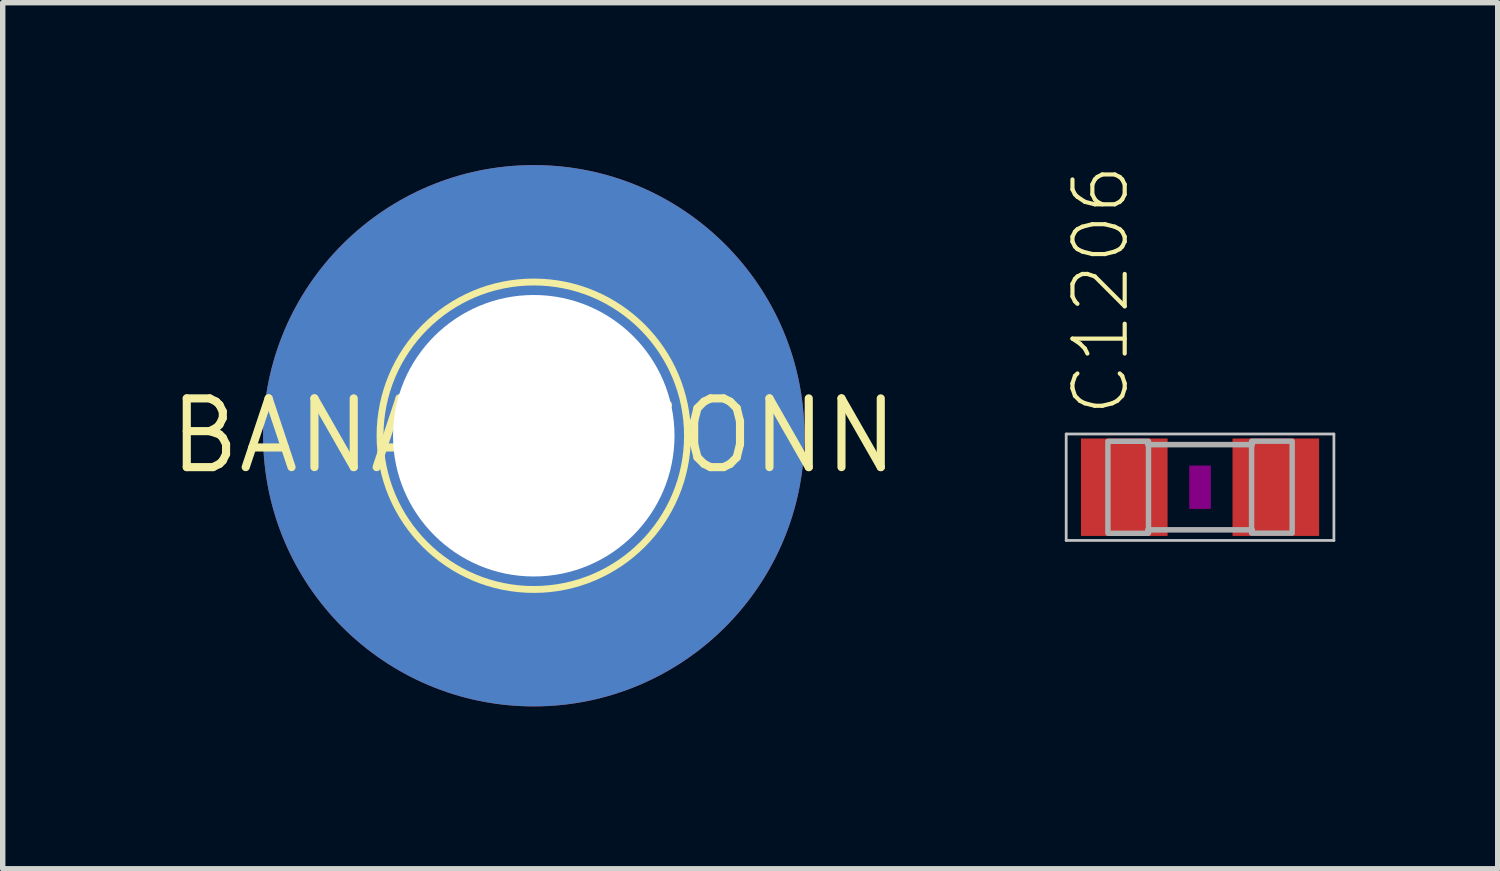
<source format=kicad_pcb>
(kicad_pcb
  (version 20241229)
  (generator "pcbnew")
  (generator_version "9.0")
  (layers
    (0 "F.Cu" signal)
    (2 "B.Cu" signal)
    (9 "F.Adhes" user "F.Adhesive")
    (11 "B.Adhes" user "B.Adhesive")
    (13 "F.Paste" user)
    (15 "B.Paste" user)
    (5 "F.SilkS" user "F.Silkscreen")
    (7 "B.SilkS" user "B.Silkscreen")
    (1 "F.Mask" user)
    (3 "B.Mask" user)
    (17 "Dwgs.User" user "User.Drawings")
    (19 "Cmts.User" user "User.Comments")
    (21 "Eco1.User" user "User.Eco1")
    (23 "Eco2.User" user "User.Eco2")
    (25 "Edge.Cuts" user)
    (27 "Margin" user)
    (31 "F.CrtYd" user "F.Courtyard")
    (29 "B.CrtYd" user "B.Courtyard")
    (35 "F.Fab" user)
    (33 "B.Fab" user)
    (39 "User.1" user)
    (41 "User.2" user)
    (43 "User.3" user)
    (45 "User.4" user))
  (footprint "C1206"
    (layer "F.Cu")
    (at 19.12 5.951)
    (property "Reference" "C1206" (at -1.27 -1.27 90) (layer "F.SilkS") (effects (font (size 0.965 0.965) (thickness 0.077)) (justify left bottom)))
    (attr through_hole)
    (fp_poly (pts (xy -0.2 0.4) (xy 0.2 0.4) (xy 0.2 -0.4) (xy -0.2 -0.4)) (stroke (width 0) (type solid)) (fill yes) (layer "F.Adhes"))
    (fp_line (start -2.473 -0.983) (end 2.473 -0.983) (stroke (width 0.051) (type solid)) (layer "Dwgs.User"))
    (fp_line (start -2.473 0.983) (end -2.473 -0.983) (stroke (width 0.051) (type solid)) (layer "Dwgs.User"))
    (fp_line (start 2.473 -0.983) (end 2.473 0.983) (stroke (width 0.051) (type solid)) (layer "Dwgs.User"))
    (fp_line (start 2.473 0.983) (end -2.473 0.983) (stroke (width 0.051) (type solid)) (layer "Dwgs.User"))
    (fp_line (start -0.965 -0.787) (end 0.965 -0.787) (stroke (width 0.102) (type solid)) (layer "F.Fab"))
    (fp_line (start -0.965 0.787) (end 0.965 0.787) (stroke (width 0.102) (type solid)) (layer "F.Fab"))
    (fp_poly (pts (xy -1.702 0.851) (xy -0.952 0.851) (xy -0.952 -0.849) (xy -1.702 -0.849)) (stroke (width 0.1) (type solid)) (fill no) (layer "F.Fab"))
    (fp_poly (pts (xy 0.952 0.849) (xy 1.702 0.849) (xy 1.702 -0.851) (xy 0.952 -0.851)) (stroke (width 0.1) (type solid)) (fill no) (layer "F.Fab"))
    (pad "1" smd rect (at -1.4 0) (size 1.6 1.8) (layers "F.Cu" "F.Mask" "F.Paste"))
    (pad "2" smd rect (at 1.4 0) (size 1.6 1.8) (layers "F.Cu" "F.Mask" "F.Paste")))
  (footprint "BANANA_CONN"
    (layer "F.Cu")
    (at 6.811 5)
    (property "Reference" "BANANA_CONN" (at 0 0 0) (layer "F.SilkS") (effects (font (size 1.27 1.27) (thickness 0.15))))
    (attr through_hole)
    (fp_circle (center 0 0) (end 2.84 0) (stroke (width 0.127) (type solid)) (fill no) (layer "F.SilkS"))
    (pad "P$1" thru_hole circle (at 0 0) (size 10 10) (drill 5.2) (layers "*.Cu" "*.Mask")))
  (gr_rect
    (start -3 -3)
    (end 24.619 13)
    (stroke (width 0.1) (type default))
    (fill no)
    (layer "Edge.Cuts")))
</source>
